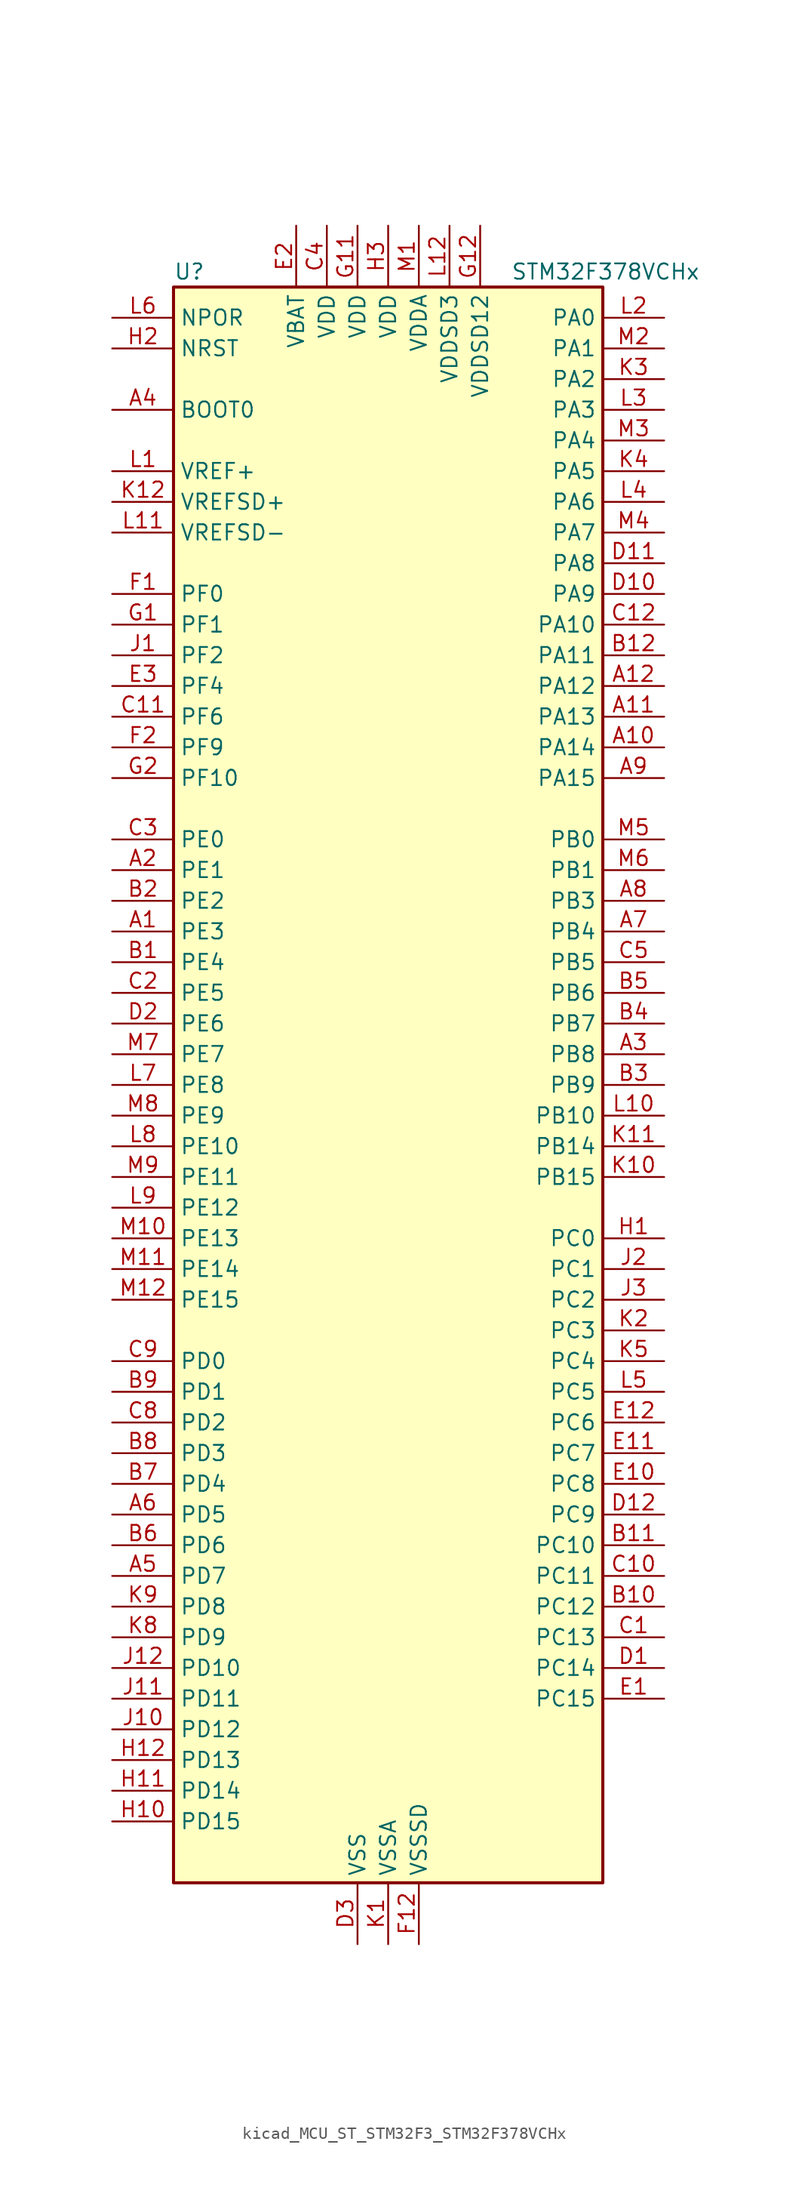
<source format=kicad_sym>
(kicad_symbol_lib
  (version 20220914)
  (generator kicad_symbol_editor)
  (symbol "kicad_MCU_ST_STM32F3_STM32F378VCHx"
    (property "Reference" "U"
      (at -17.78 67.31 0)
      (effects (font (size 1.27 1.27)) (justify left)))
    (property "Value" "STM32F378VCHx"
      (at 10.16 67.31 0)
      (effects (font (size 1.27 1.27)) (justify left)))
    (property "ki_locked" ""
      (at 0 0 0)
      (effects (font (size 1.27 1.27))))
    (symbol "kicad_MCU_ST_STM32F3_STM32F378VCHx_0_1"
      (rectangle (start -17.78 -66.04) (end 17.78 66.04) (stroke (width 0.254) (type default)) (fill (type background))))
    (symbol "kicad_MCU_ST_STM32F3_STM32F378VCHx_1_1"
      (pin bidirectional line (at -22.86 12.7 0) (length 5.08) (name "PE3" (effects (font (size 1.27 1.27)))) (number "A1" (effects (font (size 1.27 1.27)))) (alternate "SYS_TRACED0" bidirectional line) (alternate "TSC_G7_IO2" bidirectional line))
      (pin bidirectional line (at 22.86 27.94 180) (length 5.08) (name "PA14" (effects (font (size 1.27 1.27)))) (number "A10" (effects (font (size 1.27 1.27)))) (alternate "I2C1_SDA" bidirectional line) (alternate "SYS_JTCK-SWCLK" bidirectional line) (alternate "TIM12_CH1" bidirectional line) (alternate "TSC_G4_IO4" bidirectional line))
      (pin bidirectional line (at 22.86 30.48 180) (length 5.08) (name "PA13" (effects (font (size 1.27 1.27)))) (number "A11" (effects (font (size 1.27 1.27)))) (alternate "I2S1_MCK" bidirectional line) (alternate "IR_OUT" bidirectional line) (alternate "SPI1_MISO" bidirectional line) (alternate "SYS_JTMS-SWDIO" bidirectional line) (alternate "TIM16_CH1N" bidirectional line) (alternate "TIM4_CH3" bidirectional line) (alternate "TIM5_CH4" bidirectional line) (alternate "TSC_G4_IO3" bidirectional line) (alternate "USART3_CTS" bidirectional line))
      (pin bidirectional line (at 22.86 33.02 180) (length 5.08) (name "PA12" (effects (font (size 1.27 1.27)))) (number "A12" (effects (font (size 1.27 1.27)))) (alternate "CAN_TX" bidirectional line) (alternate "COMP2_OUT" bidirectional line) (alternate "I2S1_CK" bidirectional line) (alternate "SPI1_SCK" bidirectional line) (alternate "TIM16_CH1" bidirectional line) (alternate "TIM4_CH2" bidirectional line) (alternate "TIM5_CH3" bidirectional line) (alternate "USART1_DE" bidirectional line) (alternate "USART1_RTS" bidirectional line))
      (pin bidirectional line (at -22.86 17.78 0) (length 5.08) (name "PE1" (effects (font (size 1.27 1.27)))) (number "A2" (effects (font (size 1.27 1.27)))) (alternate "USART1_RX" bidirectional line))
      (pin bidirectional line (at 22.86 2.54 180) (length 5.08) (name "PB8" (effects (font (size 1.27 1.27)))) (number "A3" (effects (font (size 1.27 1.27)))) (alternate "CAN_RX" bidirectional line) (alternate "CEC" bidirectional line) (alternate "COMP1_OUT" bidirectional line) (alternate "I2C1_SCL" bidirectional line) (alternate "I2S2_CK" bidirectional line) (alternate "SPI2_SCK" bidirectional line) (alternate "TIM16_CH1" bidirectional line) (alternate "TIM19_CH3" bidirectional line) (alternate "TIM4_CH3" bidirectional line) (alternate "TSC_SYNC" bidirectional line) (alternate "USART3_TX" bidirectional line))
      (pin input line (at -22.86 55.88 0) (length 5.08) (name "BOOT0" (effects (font (size 1.27 1.27)))) (number "A4" (effects (font (size 1.27 1.27)))))
      (pin bidirectional line (at -22.86 -40.64 0) (length 5.08) (name "PD7" (effects (font (size 1.27 1.27)))) (number "A5" (effects (font (size 1.27 1.27)))) (alternate "I2S2_CK" bidirectional line) (alternate "SPI2_SCK" bidirectional line) (alternate "USART2_CK" bidirectional line))
      (pin bidirectional line (at -22.86 -35.56 0) (length 5.08) (name "PD5" (effects (font (size 1.27 1.27)))) (number "A6" (effects (font (size 1.27 1.27)))) (alternate "USART2_TX" bidirectional line))
      (pin bidirectional line (at 22.86 12.7 180) (length 5.08) (name "PB4" (effects (font (size 1.27 1.27)))) (number "A7" (effects (font (size 1.27 1.27)))) (alternate "I2S1_MCK" bidirectional line) (alternate "I2S3_MCK" bidirectional line) (alternate "SPI1_MISO" bidirectional line) (alternate "SPI3_MISO" bidirectional line) (alternate "SYS_NJTRST" bidirectional line) (alternate "TIM15_CH1N" bidirectional line) (alternate "TIM16_CH1" bidirectional line) (alternate "TIM17_BKIN" bidirectional line) (alternate "TIM3_CH1" bidirectional line) (alternate "TSC_G5_IO2" bidirectional line) (alternate "USART2_RX" bidirectional line))
      (pin bidirectional line (at 22.86 15.24 180) (length 5.08) (name "PB3" (effects (font (size 1.27 1.27)))) (number "A8" (effects (font (size 1.27 1.27)))) (alternate "I2S1_CK" bidirectional line) (alternate "I2S3_CK" bidirectional line) (alternate "SPI1_SCK" bidirectional line) (alternate "SPI3_SCK" bidirectional line) (alternate "SYS_JTDO-TRACESWO" bidirectional line) (alternate "TIM13_CH1" bidirectional line) (alternate "TIM2_CH2" bidirectional line) (alternate "TIM3_ETR" bidirectional line) (alternate "TIM4_ETR" bidirectional line) (alternate "TSC_G5_IO1" bidirectional line) (alternate "USART2_TX" bidirectional line))
      (pin bidirectional line (at 22.86 25.4 180) (length 5.08) (name "PA15" (effects (font (size 1.27 1.27)))) (number "A9" (effects (font (size 1.27 1.27)))) (alternate "ADC1_EXTI15" bidirectional line) (alternate "I2C1_SCL" bidirectional line) (alternate "I2S1_WS" bidirectional line) (alternate "I2S3_WS" bidirectional line) (alternate "SDADC1_EXTI15" bidirectional line) (alternate "SDADC2_EXTI15" bidirectional line) (alternate "SDADC3_EXTI15" bidirectional line) (alternate "SPI1_NSS" bidirectional line) (alternate "SPI3_NSS" bidirectional line) (alternate "SYS_JTDI" bidirectional line) (alternate "TIM12_CH2" bidirectional line) (alternate "TIM2_CH1" bidirectional line) (alternate "TIM2_ETR" bidirectional line) (alternate "TSC_SYNC" bidirectional line))
      (pin bidirectional line (at -22.86 10.16 0) (length 5.08) (name "PE4" (effects (font (size 1.27 1.27)))) (number "B1" (effects (font (size 1.27 1.27)))) (alternate "SYS_TRACED1" bidirectional line) (alternate "TSC_G7_IO3" bidirectional line))
      (pin bidirectional line (at 22.86 -43.18 180) (length 5.08) (name "PC12" (effects (font (size 1.27 1.27)))) (number "B10" (effects (font (size 1.27 1.27)))) (alternate "I2S3_SD" bidirectional line) (alternate "SPI3_MOSI" bidirectional line) (alternate "TIM19_CH3" bidirectional line) (alternate "USART3_CK" bidirectional line))
      (pin bidirectional line (at 22.86 -38.1 180) (length 5.08) (name "PC10" (effects (font (size 1.27 1.27)))) (number "B11" (effects (font (size 1.27 1.27)))) (alternate "I2S3_CK" bidirectional line) (alternate "SPI3_SCK" bidirectional line) (alternate "TIM19_CH1" bidirectional line) (alternate "USART3_TX" bidirectional line))
      (pin bidirectional line (at 22.86 35.56 180) (length 5.08) (name "PA11" (effects (font (size 1.27 1.27)))) (number "B12" (effects (font (size 1.27 1.27)))) (alternate "ADC1_EXTI11" bidirectional line) (alternate "CAN_RX" bidirectional line) (alternate "COMP1_OUT" bidirectional line) (alternate "I2S1_WS" bidirectional line) (alternate "I2S2_WS" bidirectional line) (alternate "SDADC1_EXTI11" bidirectional line) (alternate "SDADC2_EXTI11" bidirectional line) (alternate "SDADC3_EXTI11" bidirectional line) (alternate "SPI1_NSS" bidirectional line) (alternate "SPI2_NSS" bidirectional line) (alternate "TIM4_CH1" bidirectional line) (alternate "TIM5_CH2" bidirectional line) (alternate "USART1_CTS" bidirectional line))
      (pin bidirectional line (at -22.86 15.24 0) (length 5.08) (name "PE2" (effects (font (size 1.27 1.27)))) (number "B2" (effects (font (size 1.27 1.27)))) (alternate "SYS_TRACECK" bidirectional line) (alternate "TSC_G7_IO1" bidirectional line))
      (pin bidirectional line (at 22.86 0 180) (length 5.08) (name "PB9" (effects (font (size 1.27 1.27)))) (number "B3" (effects (font (size 1.27 1.27)))) (alternate "CAN_TX" bidirectional line) (alternate "COMP2_OUT" bidirectional line) (alternate "DAC1_EXTI9" bidirectional line) (alternate "DAC2_EXTI9" bidirectional line) (alternate "I2C1_SDA" bidirectional line) (alternate "I2S2_WS" bidirectional line) (alternate "IR_OUT" bidirectional line) (alternate "SPI2_NSS" bidirectional line) (alternate "TIM17_CH1" bidirectional line) (alternate "TIM19_CH4" bidirectional line) (alternate "TIM4_CH4" bidirectional line) (alternate "USART3_RX" bidirectional line))
      (pin bidirectional line (at 22.86 5.08 180) (length 5.08) (name "PB7" (effects (font (size 1.27 1.27)))) (number "B4" (effects (font (size 1.27 1.27)))) (alternate "I2C1_SDA" bidirectional line) (alternate "TIM15_CH2" bidirectional line) (alternate "TIM17_CH1N" bidirectional line) (alternate "TIM19_CH2" bidirectional line) (alternate "TIM3_CH4" bidirectional line) (alternate "TIM4_CH2" bidirectional line) (alternate "TSC_G5_IO4" bidirectional line) (alternate "USART1_RX" bidirectional line))
      (pin bidirectional line (at 22.86 7.62 180) (length 5.08) (name "PB6" (effects (font (size 1.27 1.27)))) (number "B5" (effects (font (size 1.27 1.27)))) (alternate "I2C1_SCL" bidirectional line) (alternate "TIM15_CH1" bidirectional line) (alternate "TIM16_CH1N" bidirectional line) (alternate "TIM19_CH1" bidirectional line) (alternate "TIM3_CH3" bidirectional line) (alternate "TIM4_CH1" bidirectional line) (alternate "TSC_G5_IO3" bidirectional line) (alternate "USART1_TX" bidirectional line))
      (pin bidirectional line (at -22.86 -38.1 0) (length 5.08) (name "PD6" (effects (font (size 1.27 1.27)))) (number "B6" (effects (font (size 1.27 1.27)))) (alternate "I2S2_WS" bidirectional line) (alternate "SPI2_NSS" bidirectional line) (alternate "USART2_RX" bidirectional line))
      (pin bidirectional line (at -22.86 -33.02 0) (length 5.08) (name "PD4" (effects (font (size 1.27 1.27)))) (number "B7" (effects (font (size 1.27 1.27)))) (alternate "I2S2_SD" bidirectional line) (alternate "SPI2_MOSI" bidirectional line) (alternate "USART2_DE" bidirectional line) (alternate "USART2_RTS" bidirectional line))
      (pin bidirectional line (at -22.86 -30.48 0) (length 5.08) (name "PD3" (effects (font (size 1.27 1.27)))) (number "B8" (effects (font (size 1.27 1.27)))) (alternate "I2S2_MCK" bidirectional line) (alternate "SPI2_MISO" bidirectional line) (alternate "USART2_CTS" bidirectional line))
      (pin bidirectional line (at -22.86 -25.4 0) (length 5.08) (name "PD1" (effects (font (size 1.27 1.27)))) (number "B9" (effects (font (size 1.27 1.27)))) (alternate "CAN_TX" bidirectional line) (alternate "TIM19_ETR" bidirectional line))
      (pin bidirectional line (at 22.86 -45.72 180) (length 5.08) (name "PC13" (effects (font (size 1.27 1.27)))) (number "C1" (effects (font (size 1.27 1.27)))) (alternate "RTC_OUT_ALARM" bidirectional line) (alternate "RTC_OUT_CALIB" bidirectional line) (alternate "RTC_TAMP1" bidirectional line) (alternate "RTC_TS" bidirectional line) (alternate "SYS_WKUP2" bidirectional line))
      (pin bidirectional line (at 22.86 -40.64 180) (length 5.08) (name "PC11" (effects (font (size 1.27 1.27)))) (number "C10" (effects (font (size 1.27 1.27)))) (alternate "ADC1_EXTI11" bidirectional line) (alternate "I2S3_MCK" bidirectional line) (alternate "SDADC1_EXTI11" bidirectional line) (alternate "SDADC2_EXTI11" bidirectional line) (alternate "SDADC3_EXTI11" bidirectional line) (alternate "SPI3_MISO" bidirectional line) (alternate "TIM19_CH2" bidirectional line) (alternate "USART3_RX" bidirectional line))
      (pin bidirectional line (at -22.86 30.48 0) (length 5.08) (name "PF6" (effects (font (size 1.27 1.27)))) (number "C11" (effects (font (size 1.27 1.27)))) (alternate "I2C2_SCL" bidirectional line) (alternate "I2S1_SD" bidirectional line) (alternate "SPI1_MOSI" bidirectional line) (alternate "TIM4_CH4" bidirectional line) (alternate "USART3_DE" bidirectional line) (alternate "USART3_RTS" bidirectional line))
      (pin bidirectional line (at 22.86 38.1 180) (length 5.08) (name "PA10" (effects (font (size 1.27 1.27)))) (number "C12" (effects (font (size 1.27 1.27)))) (alternate "I2C2_SDA" bidirectional line) (alternate "I2S2_SD" bidirectional line) (alternate "SPI2_MOSI" bidirectional line) (alternate "TIM14_CH1" bidirectional line) (alternate "TIM17_BKIN" bidirectional line) (alternate "TIM2_CH4" bidirectional line) (alternate "TSC_G4_IO2" bidirectional line) (alternate "USART1_RX" bidirectional line))
      (pin bidirectional line (at -22.86 7.62 0) (length 5.08) (name "PE5" (effects (font (size 1.27 1.27)))) (number "C2" (effects (font (size 1.27 1.27)))) (alternate "SYS_TRACED2" bidirectional line) (alternate "TSC_G7_IO4" bidirectional line))
      (pin bidirectional line (at -22.86 20.32 0) (length 5.08) (name "PE0" (effects (font (size 1.27 1.27)))) (number "C3" (effects (font (size 1.27 1.27)))) (alternate "TIM4_ETR" bidirectional line) (alternate "USART1_TX" bidirectional line))
      (pin power_in line (at -5.08 71.12 270) (length 5.08) (name "VDD" (effects (font (size 1.27 1.27)))) (number "C4" (effects (font (size 1.27 1.27)))))
      (pin bidirectional line (at 22.86 10.16 180) (length 5.08) (name "PB5" (effects (font (size 1.27 1.27)))) (number "C5" (effects (font (size 1.27 1.27)))) (alternate "I2C1_SMBA" bidirectional line) (alternate "I2S1_SD" bidirectional line) (alternate "I2S3_SD" bidirectional line) (alternate "SPI1_MOSI" bidirectional line) (alternate "SPI3_MOSI" bidirectional line) (alternate "TIM16_BKIN" bidirectional line) (alternate "TIM17_CH1" bidirectional line) (alternate "TIM19_ETR" bidirectional line) (alternate "TIM3_CH2" bidirectional line) (alternate "USART2_CK" bidirectional line))
      (pin bidirectional line (at -22.86 -27.94 0) (length 5.08) (name "PD2" (effects (font (size 1.27 1.27)))) (number "C8" (effects (font (size 1.27 1.27)))) (alternate "TIM3_ETR" bidirectional line))
      (pin bidirectional line (at -22.86 -22.86 0) (length 5.08) (name "PD0" (effects (font (size 1.27 1.27)))) (number "C9" (effects (font (size 1.27 1.27)))) (alternate "CAN_RX" bidirectional line) (alternate "TIM19_CH4" bidirectional line))
      (pin bidirectional line (at 22.86 -48.26 180) (length 5.08) (name "PC14" (effects (font (size 1.27 1.27)))) (number "D1" (effects (font (size 1.27 1.27)))) (alternate "RCC_OSC32_IN" bidirectional line))
      (pin bidirectional line (at 22.86 40.64 180) (length 5.08) (name "PA9" (effects (font (size 1.27 1.27)))) (number "D10" (effects (font (size 1.27 1.27)))) (alternate "DAC1_EXTI9" bidirectional line) (alternate "DAC2_EXTI9" bidirectional line) (alternate "I2C2_SCL" bidirectional line) (alternate "I2S2_MCK" bidirectional line) (alternate "SPI2_MISO" bidirectional line) (alternate "TIM13_CH1" bidirectional line) (alternate "TIM15_BKIN" bidirectional line) (alternate "TIM2_CH3" bidirectional line) (alternate "TSC_G4_IO1" bidirectional line) (alternate "USART1_TX" bidirectional line))
      (pin bidirectional line (at 22.86 43.18 180) (length 5.08) (name "PA8" (effects (font (size 1.27 1.27)))) (number "D11" (effects (font (size 1.27 1.27)))) (alternate "I2C2_SMBA" bidirectional line) (alternate "I2S2_CK" bidirectional line) (alternate "RCC_MCO" bidirectional line) (alternate "SPI2_SCK" bidirectional line) (alternate "TIM4_ETR" bidirectional line) (alternate "TIM5_CH1" bidirectional line) (alternate "TIM5_ETR" bidirectional line) (alternate "USART1_CK" bidirectional line))
      (pin bidirectional line (at 22.86 -35.56 180) (length 5.08) (name "PC9" (effects (font (size 1.27 1.27)))) (number "D12" (effects (font (size 1.27 1.27)))) (alternate "DAC1_EXTI9" bidirectional line) (alternate "DAC2_EXTI9" bidirectional line) (alternate "I2S1_SD" bidirectional line) (alternate "SPI1_MOSI" bidirectional line) (alternate "TIM3_CH4" bidirectional line))
      (pin bidirectional line (at -22.86 5.08 0) (length 5.08) (name "PE6" (effects (font (size 1.27 1.27)))) (number "D2" (effects (font (size 1.27 1.27)))) (alternate "RTC_TAMP3" bidirectional line) (alternate "SYS_TRACED3" bidirectional line) (alternate "SYS_WKUP3" bidirectional line))
      (pin power_in line (at -2.54 -71.12 90) (length 5.08) (name "VSS" (effects (font (size 1.27 1.27)))) (number "D3" (effects (font (size 1.27 1.27)))))
      (pin bidirectional line (at 22.86 -50.8 180) (length 5.08) (name "PC15" (effects (font (size 1.27 1.27)))) (number "E1" (effects (font (size 1.27 1.27)))) (alternate "ADC1_EXTI15" bidirectional line) (alternate "RCC_OSC32_OUT" bidirectional line) (alternate "SDADC1_EXTI15" bidirectional line) (alternate "SDADC2_EXTI15" bidirectional line) (alternate "SDADC3_EXTI15" bidirectional line))
      (pin bidirectional line (at 22.86 -33.02 180) (length 5.08) (name "PC8" (effects (font (size 1.27 1.27)))) (number "E10" (effects (font (size 1.27 1.27)))) (alternate "I2S1_MCK" bidirectional line) (alternate "SPI1_MISO" bidirectional line) (alternate "TIM3_CH3" bidirectional line))
      (pin bidirectional line (at 22.86 -30.48 180) (length 5.08) (name "PC7" (effects (font (size 1.27 1.27)))) (number "E11" (effects (font (size 1.27 1.27)))) (alternate "I2S1_CK" bidirectional line) (alternate "SPI1_SCK" bidirectional line) (alternate "TIM3_CH2" bidirectional line))
      (pin bidirectional line (at 22.86 -27.94 180) (length 5.08) (name "PC6" (effects (font (size 1.27 1.27)))) (number "E12" (effects (font (size 1.27 1.27)))) (alternate "I2S1_WS" bidirectional line) (alternate "SPI1_NSS" bidirectional line) (alternate "TIM3_CH1" bidirectional line))
      (pin power_in line (at -7.62 71.12 270) (length 5.08) (name "VBAT" (effects (font (size 1.27 1.27)))) (number "E2" (effects (font (size 1.27 1.27)))))
      (pin bidirectional line (at -22.86 33.02 0) (length 5.08) (name "PF4" (effects (font (size 1.27 1.27)))) (number "E3" (effects (font (size 1.27 1.27)))))
      (pin bidirectional line (at -22.86 40.64 0) (length 5.08) (name "PF0" (effects (font (size 1.27 1.27)))) (number "F1" (effects (font (size 1.27 1.27)))) (alternate "I2C2_SDA" bidirectional line) (alternate "RCC_OSC_IN" bidirectional line))
      (pin passive line (at -2.54 -71.12 90) (length 5.08) hide (name "VSS" (effects (font (size 1.27 1.27)))) (number "F11" (effects (font (size 1.27 1.27)))))
      (pin power_in line (at 2.54 -71.12 90) (length 5.08) (name "VSSSD" (effects (font (size 1.27 1.27)))) (number "F12" (effects (font (size 1.27 1.27)))))
      (pin bidirectional line (at -22.86 27.94 0) (length 5.08) (name "PF9" (effects (font (size 1.27 1.27)))) (number "F2" (effects (font (size 1.27 1.27)))) (alternate "DAC1_EXTI9" bidirectional line) (alternate "DAC2_EXTI9" bidirectional line) (alternate "TIM14_CH1" bidirectional line))
      (pin bidirectional line (at -22.86 38.1 0) (length 5.08) (name "PF1" (effects (font (size 1.27 1.27)))) (number "G1" (effects (font (size 1.27 1.27)))) (alternate "I2C2_SCL" bidirectional line) (alternate "RCC_OSC_OUT" bidirectional line))
      (pin power_in line (at -2.54 71.12 270) (length 5.08) (name "VDD" (effects (font (size 1.27 1.27)))) (number "G11" (effects (font (size 1.27 1.27)))))
      (pin power_in line (at 7.62 71.12 270) (length 5.08) (name "VDDSD12" (effects (font (size 1.27 1.27)))) (number "G12" (effects (font (size 1.27 1.27)))))
      (pin bidirectional line (at -22.86 25.4 0) (length 5.08) (name "PF10" (effects (font (size 1.27 1.27)))) (number "G2" (effects (font (size 1.27 1.27)))))
      (pin bidirectional line (at 22.86 -12.7 180) (length 5.08) (name "PC0" (effects (font (size 1.27 1.27)))) (number "H1" (effects (font (size 1.27 1.27)))) (alternate "ADC1_IN10" bidirectional line) (alternate "TIM5_CH1" bidirectional line) (alternate "TIM5_ETR" bidirectional line))
      (pin bidirectional line (at -22.86 -60.96 0) (length 5.08) (name "PD15" (effects (font (size 1.27 1.27)))) (number "H10" (effects (font (size 1.27 1.27)))) (alternate "ADC1_EXTI15" bidirectional line) (alternate "SDADC1_EXTI15" bidirectional line) (alternate "SDADC2_EXTI15" bidirectional line) (alternate "SDADC3_AIN0M" bidirectional line) (alternate "SDADC3_EXTI15" bidirectional line) (alternate "TIM4_CH4" bidirectional line) (alternate "TSC_G8_IO4" bidirectional line))
      (pin bidirectional line (at -22.86 -58.42 0) (length 5.08) (name "PD14" (effects (font (size 1.27 1.27)))) (number "H11" (effects (font (size 1.27 1.27)))) (alternate "SDADC3_AIN0P" bidirectional line) (alternate "TIM4_CH3" bidirectional line) (alternate "TSC_G8_IO3" bidirectional line))
      (pin bidirectional line (at -22.86 -55.88 0) (length 5.08) (name "PD13" (effects (font (size 1.27 1.27)))) (number "H12" (effects (font (size 1.27 1.27)))) (alternate "SDADC3_AIN1P" bidirectional line) (alternate "SDADC3_AIN2M" bidirectional line) (alternate "TIM4_CH2" bidirectional line) (alternate "TSC_G8_IO2" bidirectional line))
      (pin input line (at -22.86 60.96 0) (length 5.08) (name "NRST" (effects (font (size 1.27 1.27)))) (number "H2" (effects (font (size 1.27 1.27)))))
      (pin power_in line (at 0 71.12 270) (length 5.08) (name "VDD" (effects (font (size 1.27 1.27)))) (number "H3" (effects (font (size 1.27 1.27)))))
      (pin bidirectional line (at -22.86 35.56 0) (length 5.08) (name "PF2" (effects (font (size 1.27 1.27)))) (number "J1" (effects (font (size 1.27 1.27)))) (alternate "I2C2_SMBA" bidirectional line))
      (pin bidirectional line (at -22.86 -53.34 0) (length 5.08) (name "PD12" (effects (font (size 1.27 1.27)))) (number "J10" (effects (font (size 1.27 1.27)))) (alternate "SDADC3_AIN2P" bidirectional line) (alternate "TIM4_CH1" bidirectional line) (alternate "TSC_G8_IO1" bidirectional line) (alternate "USART3_DE" bidirectional line) (alternate "USART3_RTS" bidirectional line))
      (pin bidirectional line (at -22.86 -50.8 0) (length 5.08) (name "PD11" (effects (font (size 1.27 1.27)))) (number "J11" (effects (font (size 1.27 1.27)))) (alternate "ADC1_EXTI11" bidirectional line) (alternate "SDADC1_EXTI11" bidirectional line) (alternate "SDADC2_EXTI11" bidirectional line) (alternate "SDADC3_AIN3P" bidirectional line) (alternate "SDADC3_AIN4M" bidirectional line) (alternate "SDADC3_EXTI11" bidirectional line) (alternate "USART3_CTS" bidirectional line))
      (pin bidirectional line (at -22.86 -48.26 0) (length 5.08) (name "PD10" (effects (font (size 1.27 1.27)))) (number "J12" (effects (font (size 1.27 1.27)))) (alternate "SDADC3_AIN4P" bidirectional line) (alternate "USART3_CK" bidirectional line))
      (pin bidirectional line (at 22.86 -15.24 180) (length 5.08) (name "PC1" (effects (font (size 1.27 1.27)))) (number "J2" (effects (font (size 1.27 1.27)))) (alternate "ADC1_IN11" bidirectional line) (alternate "TIM5_CH2" bidirectional line))
      (pin bidirectional line (at 22.86 -17.78 180) (length 5.08) (name "PC2" (effects (font (size 1.27 1.27)))) (number "J3" (effects (font (size 1.27 1.27)))) (alternate "ADC1_IN12" bidirectional line) (alternate "I2S2_MCK" bidirectional line) (alternate "SPI2_MISO" bidirectional line) (alternate "TIM5_CH3" bidirectional line))
      (pin power_in line (at 0 -71.12 90) (length 5.08) (name "VSSA" (effects (font (size 1.27 1.27)))) (number "K1" (effects (font (size 1.27 1.27)))))
      (pin bidirectional line (at 22.86 -7.62 180) (length 5.08) (name "PB15" (effects (font (size 1.27 1.27)))) (number "K10" (effects (font (size 1.27 1.27)))) (alternate "ADC1_EXTI15" bidirectional line) (alternate "I2S2_SD" bidirectional line) (alternate "RTC_REFIN" bidirectional line) (alternate "SDADC1_EXTI15" bidirectional line) (alternate "SDADC2_EXTI15" bidirectional line) (alternate "SDADC3_AIN7P" bidirectional line) (alternate "SDADC3_AIN8M" bidirectional line) (alternate "SDADC3_EXTI15" bidirectional line) (alternate "SPI2_MOSI" bidirectional line) (alternate "TIM12_CH2" bidirectional line) (alternate "TIM15_CH1N" bidirectional line) (alternate "TIM15_CH2" bidirectional line) (alternate "TSC_G6_IO2" bidirectional line))
      (pin bidirectional line (at 22.86 -5.08 180) (length 5.08) (name "PB14" (effects (font (size 1.27 1.27)))) (number "K11" (effects (font (size 1.27 1.27)))) (alternate "I2S2_MCK" bidirectional line) (alternate "SDADC3_AIN8P" bidirectional line) (alternate "SPI2_MISO" bidirectional line) (alternate "TIM12_CH1" bidirectional line) (alternate "TIM15_CH1" bidirectional line) (alternate "TSC_G6_IO1" bidirectional line) (alternate "USART3_DE" bidirectional line) (alternate "USART3_RTS" bidirectional line))
      (pin input line (at -22.86 48.26 0) (length 5.08) (name "VREFSD+" (effects (font (size 1.27 1.27)))) (number "K12" (effects (font (size 1.27 1.27)))))
      (pin bidirectional line (at 22.86 -20.32 180) (length 5.08) (name "PC3" (effects (font (size 1.27 1.27)))) (number "K2" (effects (font (size 1.27 1.27)))) (alternate "ADC1_IN13" bidirectional line) (alternate "I2S2_SD" bidirectional line) (alternate "SPI2_MOSI" bidirectional line) (alternate "TIM5_CH4" bidirectional line))
      (pin bidirectional line (at 22.86 58.42 180) (length 5.08) (name "PA2" (effects (font (size 1.27 1.27)))) (number "K3" (effects (font (size 1.27 1.27)))) (alternate "ADC1_IN2" bidirectional line) (alternate "COMP2_INM" bidirectional line) (alternate "COMP2_OUT" bidirectional line) (alternate "I2S3_MCK" bidirectional line) (alternate "SPI3_MISO" bidirectional line) (alternate "TIM15_CH1" bidirectional line) (alternate "TIM19_CH3" bidirectional line) (alternate "TIM2_CH3" bidirectional line) (alternate "TIM5_CH3" bidirectional line) (alternate "TSC_G1_IO3" bidirectional line) (alternate "USART2_TX" bidirectional line))
      (pin bidirectional line (at 22.86 50.8 180) (length 5.08) (name "PA5" (effects (font (size 1.27 1.27)))) (number "K4" (effects (font (size 1.27 1.27)))) (alternate "ADC1_IN5" bidirectional line) (alternate "CEC" bidirectional line) (alternate "DAC1_OUT2" bidirectional line) (alternate "I2S1_CK" bidirectional line) (alternate "SPI1_SCK" bidirectional line) (alternate "TIM12_CH2" bidirectional line) (alternate "TIM14_CH1" bidirectional line) (alternate "TIM2_CH1" bidirectional line) (alternate "TIM2_ETR" bidirectional line) (alternate "TSC_G2_IO2" bidirectional line))
      (pin bidirectional line (at 22.86 -22.86 180) (length 5.08) (name "PC4" (effects (font (size 1.27 1.27)))) (number "K5" (effects (font (size 1.27 1.27)))) (alternate "ADC1_IN14" bidirectional line) (alternate "TIM13_CH1" bidirectional line) (alternate "TSC_G3_IO1" bidirectional line) (alternate "USART1_TX" bidirectional line))
      (pin bidirectional line (at -22.86 -45.72 0) (length 5.08) (name "PD9" (effects (font (size 1.27 1.27)))) (number "K8" (effects (font (size 1.27 1.27)))) (alternate "DAC1_EXTI9" bidirectional line) (alternate "DAC2_EXTI9" bidirectional line) (alternate "SDADC3_AIN5P" bidirectional line) (alternate "SDADC3_AIN6M" bidirectional line) (alternate "TSC_G6_IO4" bidirectional line) (alternate "USART3_RX" bidirectional line))
      (pin bidirectional line (at -22.86 -43.18 0) (length 5.08) (name "PD8" (effects (font (size 1.27 1.27)))) (number "K9" (effects (font (size 1.27 1.27)))) (alternate "I2S2_CK" bidirectional line) (alternate "SDADC3_AIN6P" bidirectional line) (alternate "SPI2_SCK" bidirectional line) (alternate "TSC_G6_IO3" bidirectional line) (alternate "USART3_TX" bidirectional line))
      (pin input line (at -22.86 50.8 0) (length 5.08) (name "VREF+" (effects (font (size 1.27 1.27)))) (number "L1" (effects (font (size 1.27 1.27)))))
      (pin bidirectional line (at 22.86 -2.54 180) (length 5.08) (name "PB10" (effects (font (size 1.27 1.27)))) (number "L10" (effects (font (size 1.27 1.27)))) (alternate "CEC" bidirectional line) (alternate "I2S2_CK" bidirectional line) (alternate "SDADC2_AIN0M" bidirectional line) (alternate "SPI2_SCK" bidirectional line) (alternate "TIM2_CH3" bidirectional line) (alternate "TSC_SYNC" bidirectional line) (alternate "USART3_TX" bidirectional line))
      (pin input line (at -22.86 45.72 0) (length 5.08) (name "VREFSD-" (effects (font (size 1.27 1.27)))) (number "L11" (effects (font (size 1.27 1.27)))))
      (pin power_in line (at 5.08 71.12 270) (length 5.08) (name "VDDSD3" (effects (font (size 1.27 1.27)))) (number "L12" (effects (font (size 1.27 1.27)))))
      (pin bidirectional line (at 22.86 63.5 180) (length 5.08) (name "PA0" (effects (font (size 1.27 1.27)))) (number "L2" (effects (font (size 1.27 1.27)))) (alternate "ADC1_IN0" bidirectional line) (alternate "COMP1_INM" bidirectional line) (alternate "COMP1_OUT" bidirectional line) (alternate "RTC_TAMP2" bidirectional line) (alternate "SYS_WKUP1" bidirectional line) (alternate "TIM19_CH1" bidirectional line) (alternate "TIM2_CH1" bidirectional line) (alternate "TIM2_ETR" bidirectional line) (alternate "TIM5_CH1" bidirectional line) (alternate "TIM5_ETR" bidirectional line) (alternate "TSC_G1_IO1" bidirectional line) (alternate "USART2_CTS" bidirectional line))
      (pin bidirectional line (at 22.86 55.88 180) (length 5.08) (name "PA3" (effects (font (size 1.27 1.27)))) (number "L3" (effects (font (size 1.27 1.27)))) (alternate "ADC1_IN3" bidirectional line) (alternate "COMP2_INP" bidirectional line) (alternate "I2S3_SD" bidirectional line) (alternate "SPI3_MOSI" bidirectional line) (alternate "TIM15_CH2" bidirectional line) (alternate "TIM19_CH4" bidirectional line) (alternate "TIM2_CH4" bidirectional line) (alternate "TIM5_CH4" bidirectional line) (alternate "TSC_G1_IO4" bidirectional line) (alternate "USART2_RX" bidirectional line))
      (pin bidirectional line (at 22.86 48.26 180) (length 5.08) (name "PA6" (effects (font (size 1.27 1.27)))) (number "L4" (effects (font (size 1.27 1.27)))) (alternate "ADC1_IN6" bidirectional line) (alternate "COMP1_OUT" bidirectional line) (alternate "DAC2_OUT1" bidirectional line) (alternate "I2S1_MCK" bidirectional line) (alternate "SPI1_MISO" bidirectional line) (alternate "TIM13_CH1" bidirectional line) (alternate "TIM16_CH1" bidirectional line) (alternate "TIM3_CH1" bidirectional line) (alternate "TSC_G2_IO3" bidirectional line))
      (pin bidirectional line (at 22.86 -25.4 180) (length 5.08) (name "PC5" (effects (font (size 1.27 1.27)))) (number "L5" (effects (font (size 1.27 1.27)))) (alternate "ADC1_IN15" bidirectional line) (alternate "TSC_G3_IO2" bidirectional line) (alternate "USART1_RX" bidirectional line))
      (pin input line (at -22.86 63.5 0) (length 5.08) (name "NPOR" (effects (font (size 1.27 1.27)))) (number "L6" (effects (font (size 1.27 1.27)))))
      (pin bidirectional line (at -22.86 0 0) (length 5.08) (name "PE8" (effects (font (size 1.27 1.27)))) (number "L7" (effects (font (size 1.27 1.27)))) (alternate "SDADC1_AIN8P" bidirectional line) (alternate "SDADC2_AIN8P" bidirectional line))
      (pin bidirectional line (at -22.86 -5.08 0) (length 5.08) (name "PE10" (effects (font (size 1.27 1.27)))) (number "L8" (effects (font (size 1.27 1.27)))) (alternate "SDADC1_AIN2P" bidirectional line))
      (pin bidirectional line (at -22.86 -10.16 0) (length 5.08) (name "PE12" (effects (font (size 1.27 1.27)))) (number "L9" (effects (font (size 1.27 1.27)))) (alternate "SDADC1_AIN0P" bidirectional line) (alternate "SDADC2_AIN3P" bidirectional line) (alternate "SDADC2_AIN4M" bidirectional line))
      (pin power_in line (at 2.54 71.12 270) (length 5.08) (name "VDDA" (effects (font (size 1.27 1.27)))) (number "M1" (effects (font (size 1.27 1.27)))))
      (pin bidirectional line (at -22.86 -12.7 0) (length 5.08) (name "PE13" (effects (font (size 1.27 1.27)))) (number "M10" (effects (font (size 1.27 1.27)))) (alternate "SDADC1_AIN0M" bidirectional line) (alternate "SDADC2_AIN2P" bidirectional line))
      (pin bidirectional line (at -22.86 -15.24 0) (length 5.08) (name "PE14" (effects (font (size 1.27 1.27)))) (number "M11" (effects (font (size 1.27 1.27)))) (alternate "SDADC2_AIN1P" bidirectional line) (alternate "SDADC2_AIN2M" bidirectional line))
      (pin bidirectional line (at -22.86 -17.78 0) (length 5.08) (name "PE15" (effects (font (size 1.27 1.27)))) (number "M12" (effects (font (size 1.27 1.27)))) (alternate "ADC1_EXTI15" bidirectional line) (alternate "SDADC1_EXTI15" bidirectional line) (alternate "SDADC2_AIN0P" bidirectional line) (alternate "SDADC2_EXTI15" bidirectional line) (alternate "SDADC3_EXTI15" bidirectional line) (alternate "USART3_RX" bidirectional line))
      (pin bidirectional line (at 22.86 60.96 180) (length 5.08) (name "PA1" (effects (font (size 1.27 1.27)))) (number "M2" (effects (font (size 1.27 1.27)))) (alternate "ADC1_IN1" bidirectional line) (alternate "COMP1_INP" bidirectional line) (alternate "I2S3_CK" bidirectional line) (alternate "RTC_REFIN" bidirectional line) (alternate "SPI3_SCK" bidirectional line) (alternate "TIM15_CH1N" bidirectional line) (alternate "TIM19_CH2" bidirectional line) (alternate "TIM2_CH2" bidirectional line) (alternate "TIM5_CH2" bidirectional line) (alternate "TSC_G1_IO2" bidirectional line) (alternate "USART2_DE" bidirectional line) (alternate "USART2_RTS" bidirectional line))
      (pin bidirectional line (at 22.86 53.34 180) (length 5.08) (name "PA4" (effects (font (size 1.27 1.27)))) (number "M3" (effects (font (size 1.27 1.27)))) (alternate "ADC1_IN4" bidirectional line) (alternate "DAC1_OUT1" bidirectional line) (alternate "I2S1_WS" bidirectional line) (alternate "I2S3_WS" bidirectional line) (alternate "SPI1_NSS" bidirectional line) (alternate "SPI3_NSS" bidirectional line) (alternate "TIM12_CH1" bidirectional line) (alternate "TIM3_CH2" bidirectional line) (alternate "TSC_G2_IO1" bidirectional line) (alternate "USART2_CK" bidirectional line))
      (pin bidirectional line (at 22.86 45.72 180) (length 5.08) (name "PA7" (effects (font (size 1.27 1.27)))) (number "M4" (effects (font (size 1.27 1.27)))) (alternate "ADC1_IN7" bidirectional line) (alternate "COMP2_OUT" bidirectional line) (alternate "I2S1_SD" bidirectional line) (alternate "SPI1_MOSI" bidirectional line) (alternate "TIM14_CH1" bidirectional line) (alternate "TIM17_CH1" bidirectional line) (alternate "TIM3_CH2" bidirectional line) (alternate "TSC_G2_IO4" bidirectional line))
      (pin bidirectional line (at 22.86 20.32 180) (length 5.08) (name "PB0" (effects (font (size 1.27 1.27)))) (number "M5" (effects (font (size 1.27 1.27)))) (alternate "ADC1_IN8" bidirectional line) (alternate "I2S1_SD" bidirectional line) (alternate "SDADC1_AIN6P" bidirectional line) (alternate "SPI1_MOSI" bidirectional line) (alternate "TIM3_CH2" bidirectional line) (alternate "TIM3_CH3" bidirectional line) (alternate "TSC_G3_IO3" bidirectional line))
      (pin bidirectional line (at 22.86 17.78 180) (length 5.08) (name "PB1" (effects (font (size 1.27 1.27)))) (number "M6" (effects (font (size 1.27 1.27)))) (alternate "ADC1_IN9" bidirectional line) (alternate "SDADC1_AIN5P" bidirectional line) (alternate "SDADC1_AIN6M" bidirectional line) (alternate "TIM3_CH4" bidirectional line) (alternate "TSC_G3_IO4" bidirectional line))
      (pin bidirectional line (at -22.86 2.54 0) (length 5.08) (name "PE7" (effects (font (size 1.27 1.27)))) (number "M7" (effects (font (size 1.27 1.27)))) (alternate "SDADC1_AIN3P" bidirectional line) (alternate "SDADC1_AIN4M" bidirectional line) (alternate "SDADC2_AIN5P" bidirectional line) (alternate "SDADC2_AIN6M" bidirectional line))
      (pin bidirectional line (at -22.86 -2.54 0) (length 5.08) (name "PE9" (effects (font (size 1.27 1.27)))) (number "M8" (effects (font (size 1.27 1.27)))) (alternate "DAC1_EXTI9" bidirectional line) (alternate "DAC2_EXTI9" bidirectional line) (alternate "SDADC1_AIN7P" bidirectional line) (alternate "SDADC1_AIN8M" bidirectional line) (alternate "SDADC2_AIN7P" bidirectional line) (alternate "SDADC2_AIN8M" bidirectional line))
      (pin bidirectional line (at -22.86 -7.62 0) (length 5.08) (name "PE11" (effects (font (size 1.27 1.27)))) (number "M9" (effects (font (size 1.27 1.27)))) (alternate "ADC1_EXTI11" bidirectional line) (alternate "SDADC1_AIN1P" bidirectional line) (alternate "SDADC1_AIN2M" bidirectional line) (alternate "SDADC1_EXTI11" bidirectional line) (alternate "SDADC2_AIN4P" bidirectional line) (alternate "SDADC2_EXTI11" bidirectional line) (alternate "SDADC3_EXTI11" bidirectional line)))))
</source>
